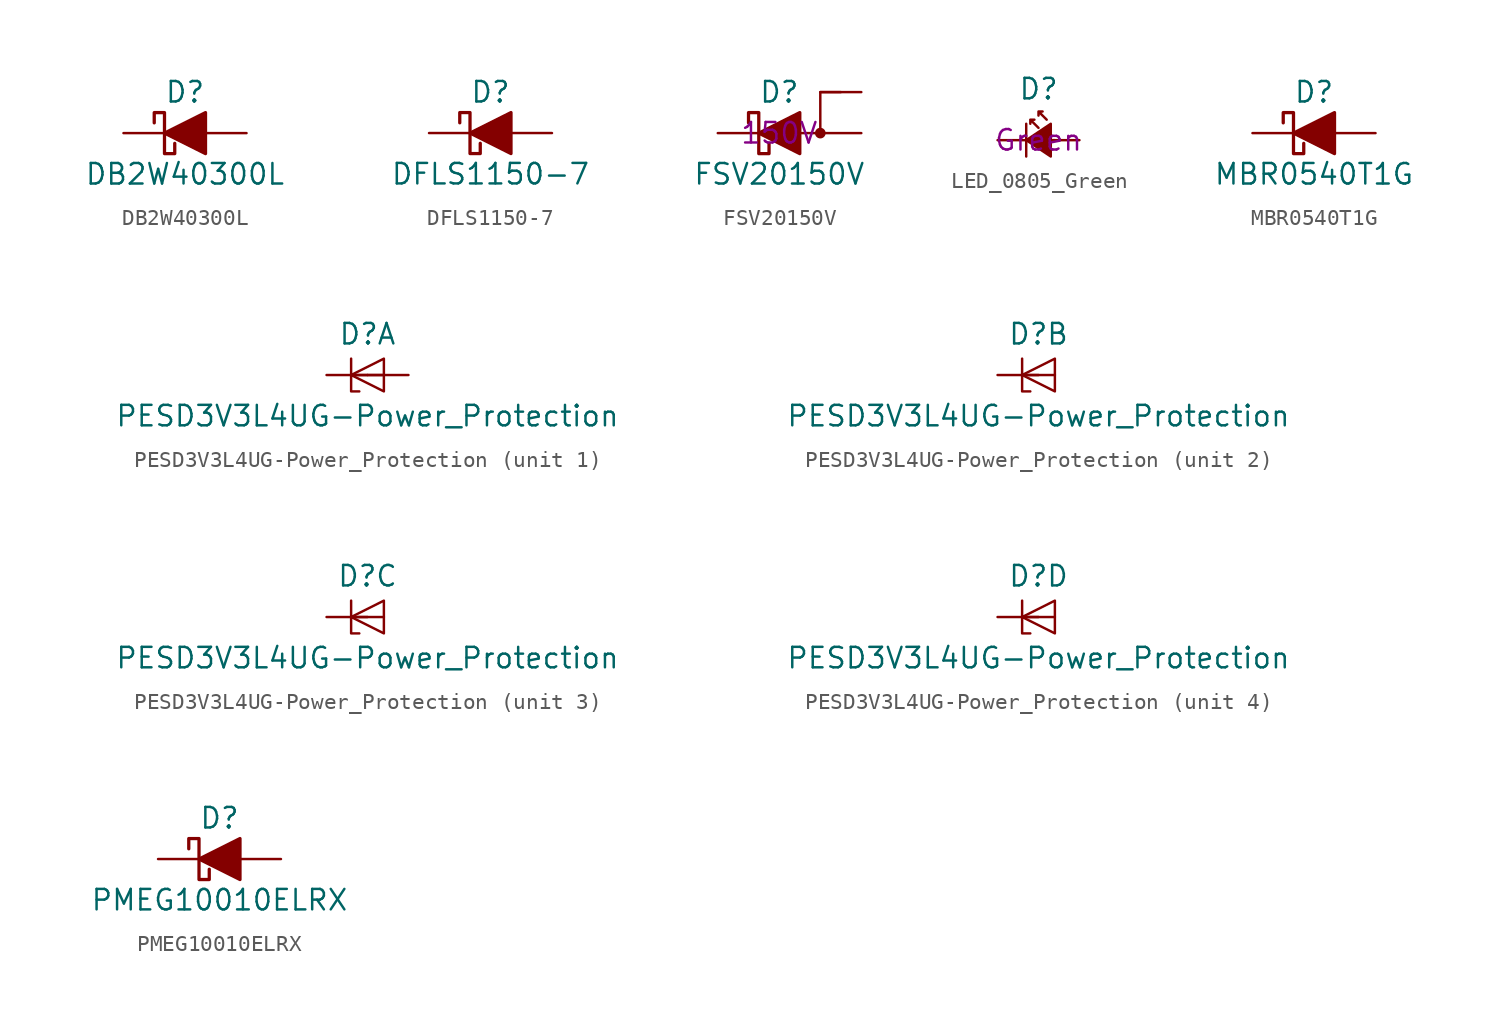
<source format=kicad_sym>
(kicad_symbol_lib
  (version 20211014)
  (generator kicad_symbol_editor)
  (symbol "DB2W40300L"
    (pin_numbers hide)
    (pin_names
      (offset 1.016) hide)
    (property "Reference" "D"
      (at 0 2.54 0)
      (effects (font (size 1.27 1.27))))
    (property "Value" "DB2W40300L"
      (at 0 -2.54 0)
      (effects (font (size 1.27 1.27))))
    (symbol "DB2W40300L_0_1"
      (polyline (pts (xy 1.27 0) (xy -1.27 0)) (stroke (width 0) (type default) (color 0 0 0 0)) (fill (type none)))
      (polyline (pts (xy 1.27 1.27) (xy 1.27 -1.27) (xy -1.27 0) (xy 1.27 1.27)) (stroke (width 0.203) (type default) (color 0 0 0 0)) (fill (type outline)))
      (polyline (pts (xy -1.905 0.635) (xy -1.905 1.27) (xy -1.27 1.27) (xy -1.27 -1.27) (xy -0.635 -1.27) (xy -0.635 -0.635)) (stroke (width 0.203) (type default) (color 0 0 0 0)) (fill (type none))))
    (symbol "DB2W40300L_1_1"
      (pin passive line (at -3.81 0 0) (length 2.54) (name "K" (effects (font (size 1.27 1.27)))) (number "1" (effects (font (size 1.27 1.27)))))
      (pin passive line (at 3.81 0 180) (length 2.54) (name "A" (effects (font (size 1.27 1.27)))) (number "2" (effects (font (size 1.27 1.27)))))))
  (symbol "DFLS1150-7"
    (pin_numbers hide)
    (pin_names
      (offset 1.016) hide)
    (property "Reference" "D"
      (at 0 2.54 0)
      (effects (font (size 1.27 1.27))))
    (property "Value" "DFLS1150-7"
      (at 0 -2.54 0)
      (effects (font (size 1.27 1.27))))
    (symbol "DFLS1150-7_0_1"
      (polyline (pts (xy 1.27 0) (xy -1.27 0)) (stroke (width 0) (type default) (color 0 0 0 0)) (fill (type none)))
      (polyline (pts (xy 1.27 1.27) (xy 1.27 -1.27) (xy -1.27 0) (xy 1.27 1.27)) (stroke (width 0.203) (type default) (color 0 0 0 0)) (fill (type outline)))
      (polyline (pts (xy -1.905 0.635) (xy -1.905 1.27) (xy -1.27 1.27) (xy -1.27 -1.27) (xy -0.635 -1.27) (xy -0.635 -0.635)) (stroke (width 0.203) (type default) (color 0 0 0 0)) (fill (type none))))
    (symbol "DFLS1150-7_1_1"
      (pin passive line (at -3.81 0 0) (length 2.54) (name "K" (effects (font (size 1.27 1.27)))) (number "1" (effects (font (size 1.27 1.27)))))
      (pin passive line (at 3.81 0 180) (length 2.54) (name "A" (effects (font (size 1.27 1.27)))) (number "2" (effects (font (size 1.27 1.27)))))))
  (symbol "FSV20150V"
    (pin_numbers hide)
    (pin_names
      (offset 0) hide)
    (property "Reference" "D"
      (at 0 2.54 0)
      (effects (font (size 1.27 1.27))))
    (property "Value" "FSV20150V"
      (at 0 -2.54 0)
      (effects (font (size 1.27 1.27))))
    (property "Piv" "150V"
      (at 0 0 0)
      (effects (font (size 1.27 1.27))))
    (symbol "FSV20150V_0_1"
      (polyline (pts (xy 1.27 1.27) (xy 1.27 -1.27) (xy -1.27 0) (xy 1.27 1.27)) (stroke (width 0.203) (type default) (color 0 0 0 0)) (fill (type outline)))
      (polyline (pts (xy 3.81 2.54) (xy 2.54 2.54) (xy 2.54 0) (xy -1.27 0)) (stroke (width 0) (type default) (color 0 0 0 0)) (fill (type none)))
      (polyline (pts (xy -1.905 0.635) (xy -1.905 1.27) (xy -1.27 1.27) (xy -1.27 -1.27) (xy -0.635 -1.27) (xy -0.635 -0.635)) (stroke (width 0.203) (type default) (color 0 0 0 0)) (fill (type none)))
      (circle (center 2.54 0) (radius 0.254) (stroke (width 0) (type default) (color 0 0 0 0)) (fill (type outline))))
    (symbol "FSV20150V_1_1"
      (pin input line (at 5.08 2.54 180) (length 2.54) (name "A" (effects (font (size 1.27 1.27)))) (number "1" (effects (font (size 1.27 1.27)))))
      (pin passive line (at 5.08 0 180) (length 2.54) (name "A" (effects (font (size 1.27 1.27)))) (number "2" (effects (font (size 1.27 1.27)))))
      (pin passive line (at -3.81 0 0) (length 2.54) (name "K" (effects (font (size 1.27 1.27)))) (number "3" (effects (font (size 1.27 1.27)))))))
  (symbol "LED_0805_Green"
    (pin_numbers hide)
    (pin_names
      (offset 0.254) hide)
    (property "Reference" "D"
      (at -1.27 3.175 0)
      (effects (font (size 1.27 1.27)) (justify left)))
    (property "Colour" "Green"
      (at 0 0 0)
      (effects (font (size 1.27 1.27))))
    (symbol "LED_0805_Green_0_1"
      (polyline (pts (xy -0.762 -1.016) (xy -0.762 1.016)) (stroke (width 0) (type default) (color 0 0 0 0)) (fill (type none)))
      (polyline (pts (xy 1.016 0) (xy -0.762 0)) (stroke (width 0) (type default) (color 0 0 0 0)) (fill (type none)))
      (polyline (pts (xy 0.762 -1.016) (xy -0.762 0) (xy 0.762 1.016) (xy 0.762 -1.016)) (stroke (width 0) (type default) (color 0 0 0 0)) (fill (type outline)))
      (polyline (pts (xy 0 0.762) (xy -0.508 1.27) (xy -0.254 1.27) (xy -0.508 1.27) (xy -0.508 1.016)) (stroke (width 0) (type default) (color 0 0 0 0)) (fill (type none)))
      (polyline (pts (xy 0.508 1.27) (xy 0 1.778) (xy 0.254 1.778) (xy 0 1.778) (xy 0 1.524)) (stroke (width 0) (type default) (color 0 0 0 0)) (fill (type none))))
    (symbol "LED_0805_Green_1_1"
      (pin passive line (at -2.54 0 0) (length 1.778) (name "K" (effects (font (size 1.27 1.27)))) (number "1" (effects (font (size 1.27 1.27)))))
      (pin passive line (at 2.54 0 180) (length 1.778) (name "A" (effects (font (size 1.27 1.27)))) (number "2" (effects (font (size 1.27 1.27)))))))
  (symbol "MBR0540T1G"
    (pin_numbers hide)
    (pin_names
      (offset 1.016) hide)
    (property "Reference" "D"
      (at 0 2.54 0)
      (effects (font (size 1.27 1.27))))
    (property "Value" "MBR0540T1G"
      (at 0 -2.54 0)
      (effects (font (size 1.27 1.27))))
    (symbol "MBR0540T1G_0_1"
      (polyline (pts (xy 1.27 0) (xy -1.27 0)) (stroke (width 0) (type default) (color 0 0 0 0)) (fill (type none)))
      (polyline (pts (xy 1.27 1.27) (xy 1.27 -1.27) (xy -1.27 0) (xy 1.27 1.27)) (stroke (width 0.203) (type default) (color 0 0 0 0)) (fill (type outline)))
      (polyline (pts (xy -1.905 0.635) (xy -1.905 1.27) (xy -1.27 1.27) (xy -1.27 -1.27) (xy -0.635 -1.27) (xy -0.635 -0.635)) (stroke (width 0.203) (type default) (color 0 0 0 0)) (fill (type none))))
    (symbol "MBR0540T1G_1_1"
      (pin passive line (at -3.81 0 0) (length 2.54) (name "K" (effects (font (size 1.27 1.27)))) (number "1" (effects (font (size 1.27 1.27)))))
      (pin passive line (at 3.81 0 180) (length 2.54) (name "A" (effects (font (size 1.27 1.27)))) (number "2" (effects (font (size 1.27 1.27)))))))
  (symbol "PESD3V3L4UG-Power_Protection"
    (pin_numbers hide)
    (pin_names hide)
    (property "Reference" "D"
      (at 0 2.54 0)
      (effects (font (size 1.27 1.27))))
    (property "Value" "PESD3V3L4UG-Power_Protection"
      (at 0 -2.54 0)
      (effects (font (size 1.27 1.27))))
    (property "ki_locked" ""
      (at 0 0 0)
      (effects (font (size 1.27 1.27))))
    (symbol "PESD3V3L4UG-Power_Protection_0_1"
      (polyline (pts (xy -1.016 0) (xy 1.016 0)) (stroke (width 0) (type default) (color 0 0 0 0)) (fill (type none)))
      (polyline (pts (xy -1.016 1.016) (xy -1.016 -1.016) (xy -0.508 -1.016)) (stroke (width 0) (type default) (color 0 0 0 0)) (fill (type none)))
      (polyline (pts (xy 1.016 1.016) (xy -1.016 0) (xy 1.016 -1.016) (xy 1.016 1.016)) (stroke (width 0) (type default) (color 0 0 0 0)) (fill (type none))))
    (symbol "PESD3V3L4UG-Power_Protection_1_1"
      (pin passive line (at -2.54 0 0) (length 2.54) (name "K1" (effects (font (size 1.27 1.27)))) (number "1" (effects (font (size 1.27 1.27)))))
      (pin passive line (at 2.54 0 180) (length 2.54) (name "A" (effects (font (size 1.27 1.27)))) (number "2" (effects (font (size 1.27 1.27))))))
    (symbol "PESD3V3L4UG-Power_Protection_2_1"
      (pin passive line (at -2.54 0 0) (length 2.54) (name "K2" (effects (font (size 1.27 1.27)))) (number "3" (effects (font (size 1.27 1.27))))))
    (symbol "PESD3V3L4UG-Power_Protection_3_1"
      (pin passive line (at -2.54 0 0) (length 2.54) (name "K3" (effects (font (size 1.27 1.27)))) (number "4" (effects (font (size 1.27 1.27))))))
    (symbol "PESD3V3L4UG-Power_Protection_4_1"
      (pin passive line (at -2.54 0 0) (length 2.54) (name "K4" (effects (font (size 1.27 1.27)))) (number "5" (effects (font (size 1.27 1.27)))))))
  (symbol "PMEG10010ELRX"
    (pin_numbers hide)
    (pin_names
      (offset 1.016) hide)
    (property "Reference" "D"
      (at 0 2.54 0)
      (effects (font (size 1.27 1.27))))
    (property "Value" "PMEG10010ELRX"
      (at 0 -2.54 0)
      (effects (font (size 1.27 1.27))))
    (symbol "PMEG10010ELRX_0_1"
      (polyline (pts (xy 1.27 0) (xy -1.27 0)) (stroke (width 0) (type default) (color 0 0 0 0)) (fill (type none)))
      (polyline (pts (xy 1.27 1.27) (xy 1.27 -1.27) (xy -1.27 0) (xy 1.27 1.27)) (stroke (width 0.203) (type default) (color 0 0 0 0)) (fill (type outline)))
      (polyline (pts (xy -1.905 0.635) (xy -1.905 1.27) (xy -1.27 1.27) (xy -1.27 -1.27) (xy -0.635 -1.27) (xy -0.635 -0.635)) (stroke (width 0.203) (type default) (color 0 0 0 0)) (fill (type none))))
    (symbol "PMEG10010ELRX_1_1"
      (pin passive line (at -3.81 0 0) (length 2.54) (name "K" (effects (font (size 1.27 1.27)))) (number "1" (effects (font (size 1.27 1.27)))))
      (pin passive line (at 3.81 0 180) (length 2.54) (name "A" (effects (font (size 1.27 1.27)))) (number "2" (effects (font (size 1.27 1.27))))))))
</source>
